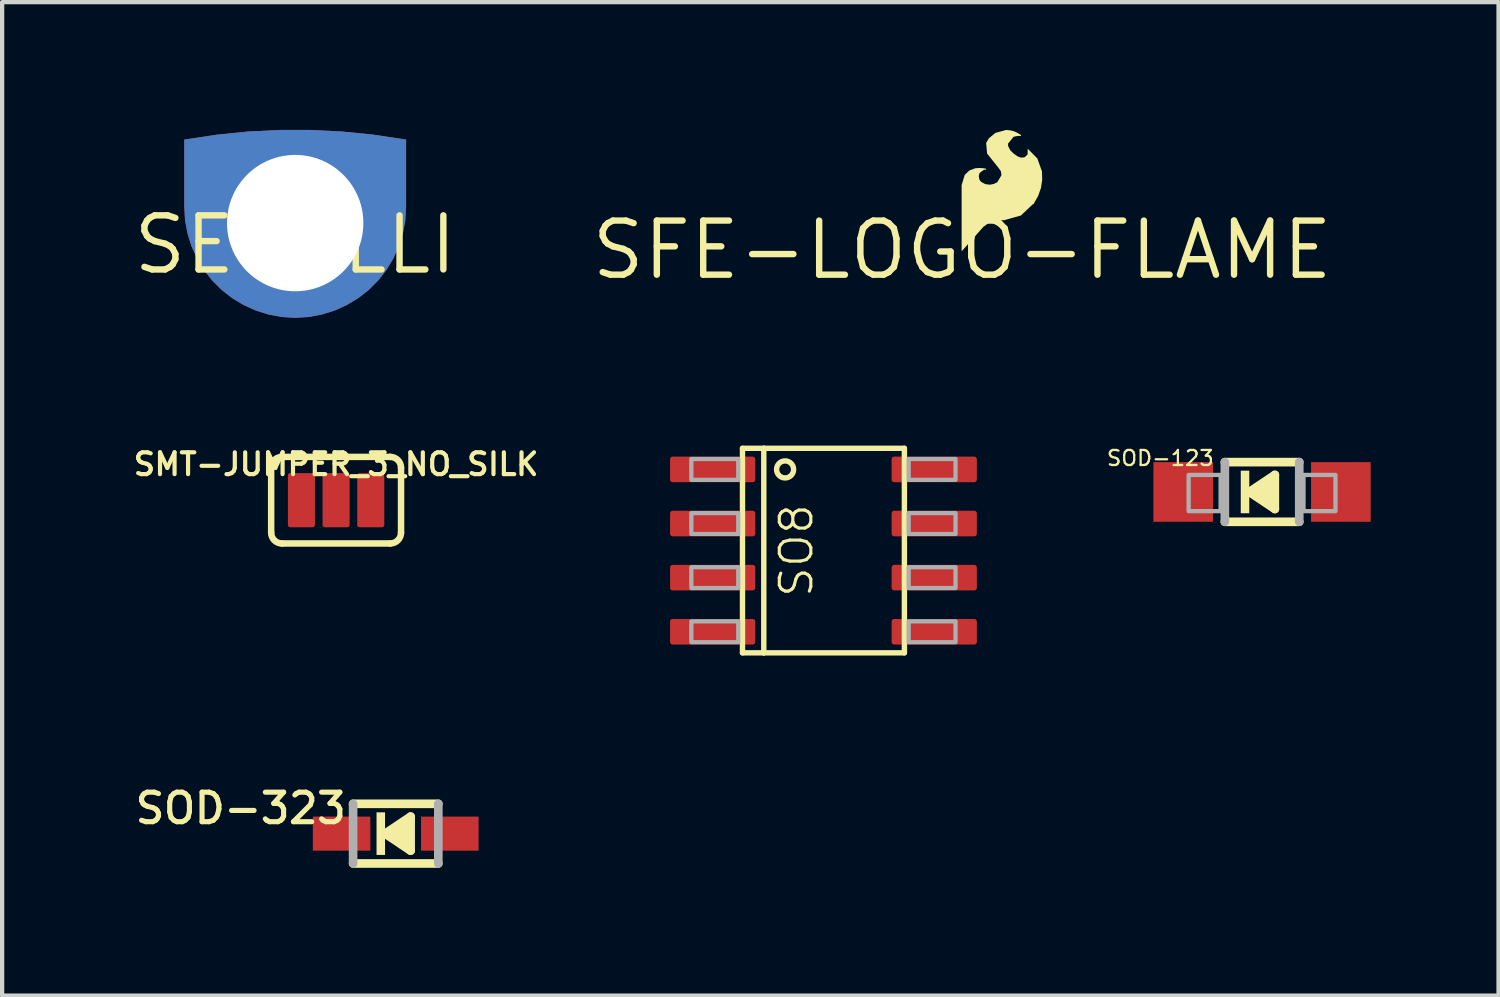
<source format=kicad_pcb>
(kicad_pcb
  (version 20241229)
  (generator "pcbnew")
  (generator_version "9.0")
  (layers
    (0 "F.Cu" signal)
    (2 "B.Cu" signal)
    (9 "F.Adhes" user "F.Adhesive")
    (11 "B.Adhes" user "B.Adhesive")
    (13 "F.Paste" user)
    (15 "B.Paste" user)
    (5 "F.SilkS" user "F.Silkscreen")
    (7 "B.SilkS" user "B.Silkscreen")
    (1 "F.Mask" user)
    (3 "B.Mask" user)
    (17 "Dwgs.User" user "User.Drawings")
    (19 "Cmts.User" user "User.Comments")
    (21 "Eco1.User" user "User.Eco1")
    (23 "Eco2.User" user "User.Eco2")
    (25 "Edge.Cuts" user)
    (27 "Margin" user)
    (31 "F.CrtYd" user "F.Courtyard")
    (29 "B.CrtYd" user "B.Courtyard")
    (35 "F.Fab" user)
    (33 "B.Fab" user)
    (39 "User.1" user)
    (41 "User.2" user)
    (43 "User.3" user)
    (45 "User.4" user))
  (footprint "SOD-323"
    (layer "F.Cu")
    (at 6.237 16.515)
    (property "Reference" "SOD-323" (at -1.1 -1 180) (layer "F.SilkS") (effects (font (size 0.693 0.693) (thickness 0.12)) (justify right top)))
    (fp_line (start -1 -0.7) (end 1 -0.7) (stroke (width 0.203) (type solid)) (layer "F.SilkS"))
    (fp_line (start -0.25 0) (end 0.35 -0.4) (stroke (width 0.203) (type solid)) (layer "F.SilkS"))
    (fp_line (start 0.35 -0.4) (end 0.35 0.4) (stroke (width 0.203) (type solid)) (layer "F.SilkS"))
    (fp_line (start 0.35 0.4) (end -0.25 0) (stroke (width 0.203) (type solid)) (layer "F.SilkS"))
    (fp_line (start 1 0.7) (end -1 0.7) (stroke (width 0.203) (type solid)) (layer "F.SilkS"))
    (fp_poly (pts (xy 0.302 0.39) (xy -0.283 0) (xy 0.302 -0.39)) (stroke (width 0) (type default)) (fill yes) (layer "F.SilkS"))
    (fp_poly (pts (xy -0.45 0.5) (xy -0.25 0.5) (xy -0.25 -0.5) (xy -0.45 -0.5)) (stroke (width 0) (type default)) (fill yes) (layer "F.SilkS"))
    (fp_line (start -1 0.7) (end -1 -0.7) (stroke (width 0.203) (type solid)) (layer "F.Fab"))
    (fp_line (start 1 -0.7) (end 1 0.7) (stroke (width 0.203) (type solid)) (layer "F.Fab"))
    (pad "A" smd rect (at 1.27 0) (size 1.35 0.8) (layers "F.Cu" "F.Mask" "F.Paste"))
    (pad "C" smd rect (at -1.27 0) (size 1.35 0.8) (layers "F.Cu" "F.Mask" "F.Paste")))
  (footprint "SO8"
    (layer "F.Cu")
    (at 16.276 9.872)
    (property "Reference" "SO8" (at -0.635 0 90) (layer "F.SilkS") (effects (font (size 0.74 0.74) (thickness 0.073))))
    (fp_line (start -1.9 -2.4) (end -1.4 -2.4) (stroke (width 0.127) (type solid)) (layer "F.SilkS"))
    (fp_line (start -1.9 2.4) (end -1.9 -2.4) (stroke (width 0.127) (type solid)) (layer "F.SilkS"))
    (fp_line (start -1.4 -2.4) (end 1.9 -2.4) (stroke (width 0.127) (type solid)) (layer "F.SilkS"))
    (fp_line (start -1.4 2.4) (end -1.9 2.4) (stroke (width 0.127) (type solid)) (layer "F.SilkS"))
    (fp_line (start -1.4 2.4) (end -1.4 -2.4) (stroke (width 0.127) (type solid)) (layer "F.SilkS"))
    (fp_line (start 1.9 -2.4) (end 1.9 2.4) (stroke (width 0.127) (type solid)) (layer "F.SilkS"))
    (fp_line (start 1.9 2.4) (end -1.4 2.4) (stroke (width 0.127) (type solid)) (layer "F.SilkS"))
    (fp_circle (center -0.9 -1.905) (end -0.7 -1.905) (stroke (width 0.127) (type solid)) (fill no) (layer "F.SilkS"))
    (fp_poly (pts (xy -3.1 -2.15) (xy -3.1 -1.66) (xy -2 -1.66) (xy -2 -2.15)) (stroke (width 0.1) (type default)) (fill no) (layer "F.Fab"))
    (fp_poly (pts (xy -3.1 -0.88) (xy -3.1 -0.39) (xy -2 -0.39) (xy -2 -0.88)) (stroke (width 0.1) (type default)) (fill no) (layer "F.Fab"))
    (fp_poly (pts (xy -3.1 0.39) (xy -3.1 0.88) (xy -2 0.88) (xy -2 0.39)) (stroke (width 0.1) (type default)) (fill no) (layer "F.Fab"))
    (fp_poly (pts (xy -3.1 1.66) (xy -3.1 2.15) (xy -2 2.15) (xy -2 1.66)) (stroke (width 0.1) (type default)) (fill no) (layer "F.Fab"))
    (fp_poly (pts (xy 2 -2.15) (xy 2 -1.66) (xy 3.1 -1.66) (xy 3.1 -2.15)) (stroke (width 0.1) (type default)) (fill no) (layer "F.Fab"))
    (fp_poly (pts (xy 2 -0.88) (xy 2 -0.39) (xy 3.1 -0.39) (xy 3.1 -0.88)) (stroke (width 0.1) (type default)) (fill no) (layer "F.Fab"))
    (fp_poly (pts (xy 2 0.39) (xy 2 0.88) (xy 3.1 0.88) (xy 3.1 0.39)) (stroke (width 0.1) (type default)) (fill no) (layer "F.Fab"))
    (fp_poly (pts (xy 2 1.66) (xy 2 2.15) (xy 3.1 2.15) (xy 3.1 1.66)) (stroke (width 0.1) (type default)) (fill no) (layer "F.Fab"))
    (pad "1" smd roundrect (at -2.6 -1.905 270) (size 0.6 2) (layers "F.Cu" "F.Mask" "F.Paste") (roundrect_rratio 0.1))
    (pad "2" smd roundrect (at -2.6 -0.635 270) (size 0.6 2) (layers "F.Cu" "F.Mask" "F.Paste") (roundrect_rratio 0.1))
    (pad "3" smd roundrect (at -2.6 0.635 270) (size 0.6 2) (layers "F.Cu" "F.Mask" "F.Paste") (roundrect_rratio 0.1))
    (pad "4" smd roundrect (at -2.6 1.905 270) (size 0.6 2) (layers "F.Cu" "F.Mask" "F.Paste") (roundrect_rratio 0.1))
    (pad "5" smd roundrect (at 2.6 1.905 270) (size 0.6 2) (layers "F.Cu" "F.Mask" "F.Paste") (roundrect_rratio 0.1))
    (pad "6" smd roundrect (at 2.6 0.635 270) (size 0.6 2) (layers "F.Cu" "F.Mask" "F.Paste") (roundrect_rratio 0.1))
    (pad "7" smd roundrect (at 2.6 -0.635 270) (size 0.6 2) (layers "F.Cu" "F.Mask" "F.Paste") (roundrect_rratio 0.1))
    (pad "8" smd roundrect (at 2.6 -1.905 270) (size 0.6 2) (layers "F.Cu" "F.Mask" "F.Paste") (roundrect_rratio 0.1)))
  (footprint "SEWALLI"
    (layer "F.Cu")
    (at 3.878 2.694)
    (property "Reference" "SEWALLI" (at 0 0 0) (layer "F.SilkS") (effects (font (size 1.27 1.27) (thickness 0.15))))
    (fp_poly (pts (xy 1.098 -2.658) (xy 1.827 -2.585) (xy 2.603 -2.468) (xy 2.603 -0.887) (xy 2.585 -0.575) (xy 2.528 -0.266) (xy 2.434 0.034) (xy 2.305 0.321) (xy 2.143 0.59) (xy 1.949 0.838) (xy 1.727 1.06) (xy 1.479 1.254) (xy 1.21 1.416) (xy 0.923 1.545) (xy 0.623 1.639) (xy 0.314 1.696) (xy 0 1.715) (xy -0.314 1.696) (xy -0.623 1.639) (xy -0.923 1.545) (xy -1.21 1.416) (xy -1.479 1.254) (xy -1.727 1.06) (xy -1.949 0.838) (xy -2.143 0.59) (xy -2.305 0.321) (xy -2.434 0.034) (xy -2.528 -0.266) (xy -2.585 -0.575) (xy -2.603 -0.887) (xy -2.603 -2.468) (xy -1.827 -2.585) (xy -1.098 -2.658) (xy -0.366 -2.694) (xy 0.366 -2.694)) (stroke (width 0) (type default)) (fill yes) (layer "F.Cu"))
    (fp_poly (pts (xy 1.098 -2.658) (xy 1.827 -2.585) (xy 2.603 -2.468) (xy 2.603 -0.887) (xy 2.585 -0.575) (xy 2.528 -0.266) (xy 2.434 0.034) (xy 2.305 0.321) (xy 2.143 0.59) (xy 1.949 0.838) (xy 1.727 1.06) (xy 1.479 1.254) (xy 1.21 1.416) (xy 0.923 1.545) (xy 0.623 1.639) (xy 0.314 1.696) (xy 0 1.715) (xy -0.314 1.696) (xy -0.623 1.639) (xy -0.923 1.545) (xy -1.21 1.416) (xy -1.479 1.254) (xy -1.727 1.06) (xy -1.949 0.838) (xy -2.143 0.59) (xy -2.305 0.321) (xy -2.434 0.034) (xy -2.528 -0.266) (xy -2.585 -0.575) (xy -2.603 -0.887) (xy -2.603 -2.468) (xy -1.827 -2.585) (xy -1.098 -2.658) (xy -0.366 -2.694) (xy 0.366 -2.694)) (stroke (width 0) (type default)) (fill yes) (layer "F.Mask"))
    (fp_poly (pts (xy 1.098 -2.658) (xy 1.827 -2.585) (xy 2.603 -2.468) (xy 2.603 -0.887) (xy 2.585 -0.575) (xy 2.528 -0.266) (xy 2.434 0.034) (xy 2.305 0.321) (xy 2.143 0.59) (xy 1.949 0.838) (xy 1.727 1.06) (xy 1.479 1.254) (xy 1.21 1.416) (xy 0.923 1.545) (xy 0.623 1.639) (xy 0.314 1.696) (xy 0 1.715) (xy -0.314 1.696) (xy -0.623 1.639) (xy -0.923 1.545) (xy -1.21 1.416) (xy -1.479 1.254) (xy -1.727 1.06) (xy -1.949 0.838) (xy -2.143 0.59) (xy -2.305 0.321) (xy -2.434 0.034) (xy -2.528 -0.266) (xy -2.585 -0.575) (xy -2.603 -0.887) (xy -2.603 -2.468) (xy -1.827 -2.585) (xy -1.098 -2.658) (xy -0.366 -2.694) (xy 0.366 -2.694)) (stroke (width 0) (type default)) (fill yes) (layer "B.Cu"))
    (fp_poly (pts (xy 1.098 -2.658) (xy 1.827 -2.585) (xy 2.603 -2.468) (xy 2.603 -0.887) (xy 2.585 -0.575) (xy 2.528 -0.266) (xy 2.434 0.034) (xy 2.305 0.321) (xy 2.143 0.59) (xy 1.949 0.838) (xy 1.727 1.06) (xy 1.479 1.254) (xy 1.21 1.416) (xy 0.923 1.545) (xy 0.623 1.639) (xy 0.314 1.696) (xy 0 1.715) (xy -0.314 1.696) (xy -0.623 1.639) (xy -0.923 1.545) (xy -1.21 1.416) (xy -1.479 1.254) (xy -1.727 1.06) (xy -1.949 0.838) (xy -2.143 0.59) (xy -2.305 0.321) (xy -2.434 0.034) (xy -2.528 -0.266) (xy -2.585 -0.575) (xy -2.603 -0.887) (xy -2.603 -2.468) (xy -1.827 -2.585) (xy -1.098 -2.658) (xy -0.366 -2.694) (xy 0.366 -2.694)) (stroke (width 0) (type default)) (fill yes) (layer "B.Mask"))
    (pad "P$1" thru_hole circle (at 0 -0.508) (size 4.216 4.216) (drill 3.2) (layers "*.Cu" "*.Mask")))
  (footprint "SMT-JUMPER_3_NO_SILK"
    (layer "F.Cu")
    (at 4.838 8.689)
    (property "Reference" "SMT-JUMPER_3_NO_SILK" (at 0 -1.143 0) (layer "F.SilkS") (effects (font (size 0.512 0.512) (thickness 0.098)) (justify top)))
    (fp_line (start -1.524 0.762) (end -1.524 -0.762) (stroke (width 0.152) (type solid)) (layer "F.SilkS"))
    (fp_line (start -1.27 -1.016) (end 1.27 -1.016) (stroke (width 0.152) (type solid)) (layer "F.SilkS"))
    (fp_line (start 1.27 1.016) (end -1.27 1.016) (stroke (width 0.152) (type solid)) (layer "F.SilkS"))
    (fp_line (start 1.524 0.762) (end 1.524 -0.762) (stroke (width 0.152) (type solid)) (layer "F.SilkS"))
    (fp_arc (start -1.524 -0.762) (mid -1.449605 -0.941605) (end -1.27 -1.016) (stroke (width 0.1524) (type solid)) (layer "F.SilkS"))
    (fp_arc (start -1.27 1.016) (mid -1.449605 0.941605) (end -1.524 0.762) (stroke (width 0.1524) (type solid)) (layer "F.SilkS"))
    (fp_arc (start 1.27 -1.016) (mid 1.449605 -0.941605) (end 1.524 -0.762) (stroke (width 0.1524) (type solid)) (layer "F.SilkS"))
    (fp_arc (start 1.524 0.762) (mid 1.449605 0.941605) (end 1.27 1.016) (stroke (width 0.1524) (type solid)) (layer "F.SilkS"))
    (pad "1" smd roundrect (at -0.813 0 180) (size 0.635 1.27) (layers "F.Cu" "F.Mask") (roundrect_rratio 0.08))
    (pad "2" smd roundrect (at 0 0 180) (size 0.635 1.27) (layers "F.Cu" "F.Mask") (roundrect_rratio 0.08))
    (pad "3" smd roundrect (at 0.813 0 180) (size 0.635 1.27) (layers "F.Cu" "F.Mask") (roundrect_rratio 0.08)))
  (footprint "SOD-123"
    (layer "F.Cu")
    (at 26.57 8.496)
    (property "Reference" "SOD-123" (at -1.1 -1 180) (layer "F.SilkS") (effects (font (size 0.353 0.353) (thickness 0.053)) (justify right top)))
    (fp_line (start -0.873 -0.7) (end 0.873 -0.7) (stroke (width 0.203) (type solid)) (layer "F.SilkS"))
    (fp_line (start -0.3 0) (end 0.3 -0.4) (stroke (width 0.203) (type solid)) (layer "F.SilkS"))
    (fp_line (start 0.3 -0.4) (end 0.3 0.4) (stroke (width 0.203) (type solid)) (layer "F.SilkS"))
    (fp_line (start 0.3 0.4) (end -0.3 0) (stroke (width 0.203) (type solid)) (layer "F.SilkS"))
    (fp_line (start 0.873 0.7) (end -0.873 0.7) (stroke (width 0.203) (type solid)) (layer "F.SilkS"))
    (fp_poly (pts (xy 0.302 0.39) (xy -0.283 0) (xy 0.302 -0.39)) (stroke (width 0) (type default)) (fill yes) (layer "F.SilkS"))
    (fp_poly (pts (xy -0.5 0.5) (xy -0.3 0.5) (xy -0.3 -0.5) (xy -0.5 -0.5)) (stroke (width 0) (type default)) (fill yes) (layer "F.SilkS"))
    (fp_line (start -0.873 0.7) (end -0.873 -0.7) (stroke (width 0.203) (type solid)) (layer "F.Fab"))
    (fp_line (start 0.873 -0.7) (end 0.873 0.7) (stroke (width 0.203) (type solid)) (layer "F.Fab"))
    (fp_poly (pts (xy -1.723 0.45) (xy -0.973 0.45) (xy -0.973 -0.4) (xy -1.723 -0.4)) (stroke (width 0.1) (type default)) (fill no) (layer "F.Fab"))
    (fp_poly (pts (xy 0.973 0.45) (xy 1.723 0.45) (xy 1.723 -0.4) (xy 0.973 -0.4)) (stroke (width 0.1) (type default)) (fill no) (layer "F.Fab"))
    (pad "A" smd rect (at 1.85 0 90) (size 1.4 1.4) (layers "F.Cu" "F.Mask" "F.Paste"))
    (pad "C" smd rect (at -1.85 0 90) (size 1.4 1.4) (layers "F.Cu" "F.Mask" "F.Paste")))
  (footprint "SFE-LOGO-FLAME"
    (layer "F.Cu")
    (at 19.532 2.817)
    (property "Reference" "SFE-LOGO-FLAME" (at 0 0 0) (layer "F.SilkS") (effects (font (size 1.27 1.27) (thickness 0.15))))
    (fp_poly (pts (xy 1.126 -2.808) (xy 1.215 -2.786) (xy 1.228 -2.781) (xy 1.24 -2.775) (xy 1.257 -2.767) (xy 1.276 -2.76) (xy 1.372 -2.703) (xy 1.379 -2.703) (xy 1.379 -2.677) (xy 1.307 -2.677) (xy 1.208 -2.658) (xy 1.075 -2.495) (xy 1.079 -2.437) (xy 1.128 -2.342) (xy 1.205 -2.265) (xy 1.294 -2.201) (xy 1.369 -2.169) (xy 1.451 -2.172) (xy 1.459 -2.174) (xy 1.466 -2.177) (xy 1.531 -2.237) (xy 1.537 -2.26) (xy 1.537 -2.378) (xy 1.764 -2.148) (xy 1.868 -1.857) (xy 1.872 -1.857) (xy 1.878 -1.65) (xy 1.849 -1.457) (xy 1.785 -1.273) (xy 1.666 -1.062) (xy 1.666 -1.081) (xy 1.378 -0.809) (xy 0.982 -0.699) (xy 0.753 -0.699) (xy 0.716 -0.692) (xy 0.682 -0.68) (xy 0.496 -0.542) (xy -0.013 0.031) (xy -0.013 -1.521) (xy 0.06 -1.762) (xy 0.168 -1.865) (xy 0.307 -1.918) (xy 0.404 -1.925) (xy 0.499 -1.918) (xy 0.56 -1.908) (xy 0.558 -1.884) (xy 0.522 -1.885) (xy 0.502 -1.876) (xy 0.421 -1.817) (xy 0.401 -1.791) (xy 0.39 -1.728) (xy 0.401 -1.665) (xy 0.421 -1.625) (xy 0.452 -1.593) (xy 0.547 -1.544) (xy 0.652 -1.532) (xy 0.743 -1.55) (xy 0.824 -1.59) (xy 0.922 -1.755) (xy 0.908 -1.849) (xy 0.851 -1.93) (xy 0.585 -2.263) (xy 0.562 -2.511) (xy 0.627 -2.622) (xy 0.629 -2.623) (xy 0.779 -2.747) (xy 1.033 -2.817)) (stroke (width 0) (type default)) (fill yes) (layer "F.SilkS")))
  (gr_rect
    (start -3 -3)
    (end 32.12 20.316)
    (stroke (width 0.1) (type default))
    (fill no)
    (layer "Edge.Cuts")))
</source>
